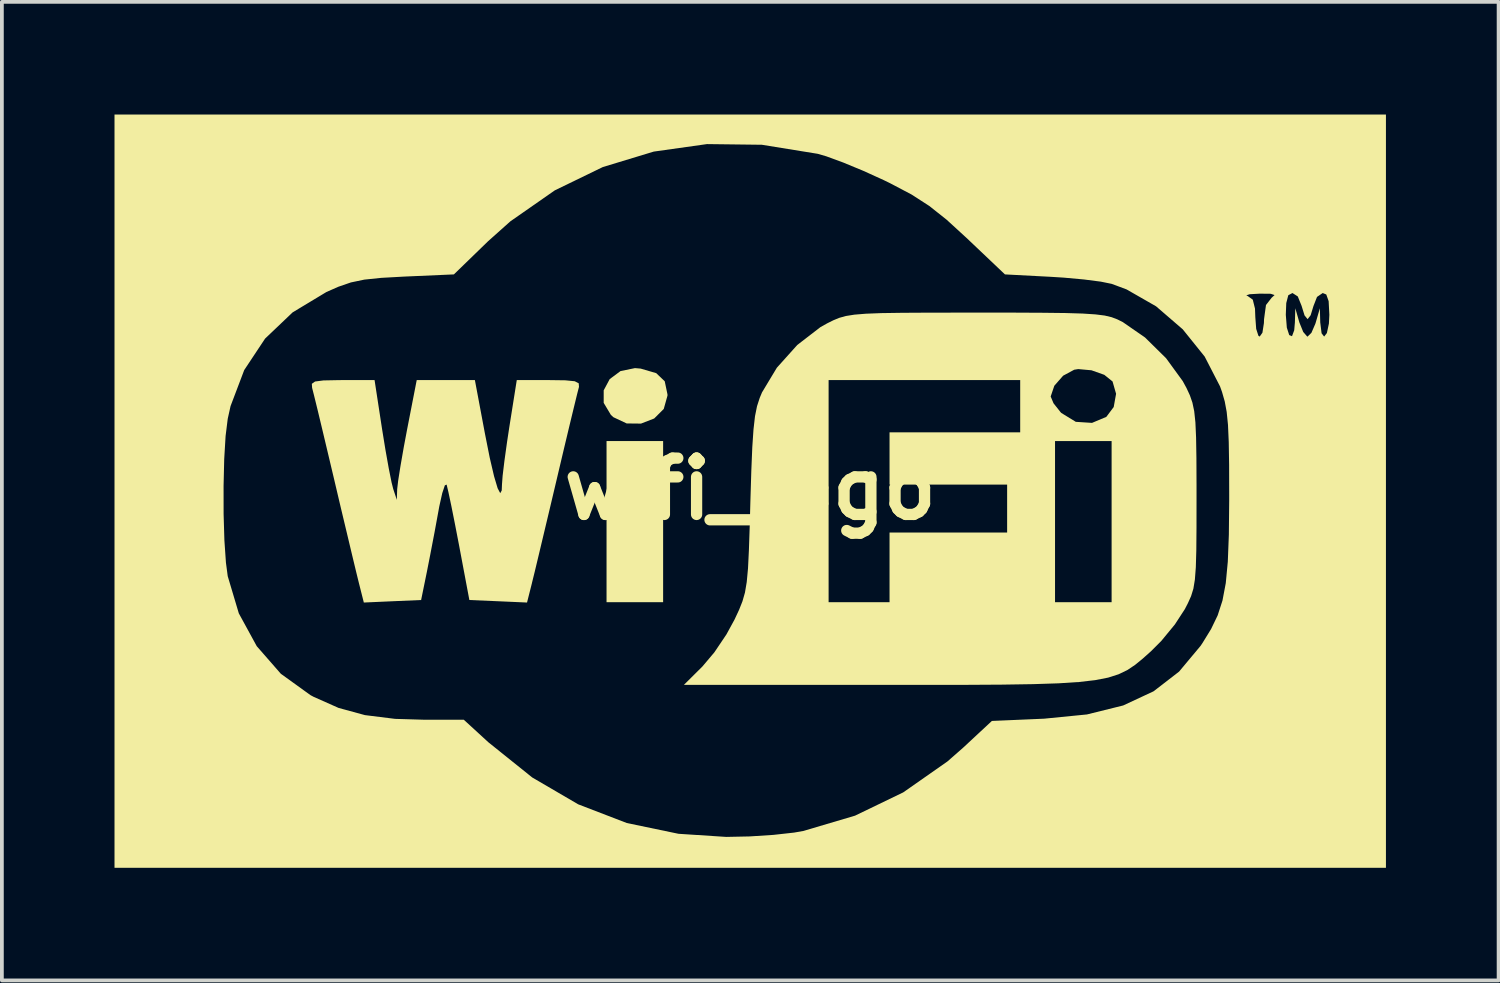
<source format=kicad_pcb>
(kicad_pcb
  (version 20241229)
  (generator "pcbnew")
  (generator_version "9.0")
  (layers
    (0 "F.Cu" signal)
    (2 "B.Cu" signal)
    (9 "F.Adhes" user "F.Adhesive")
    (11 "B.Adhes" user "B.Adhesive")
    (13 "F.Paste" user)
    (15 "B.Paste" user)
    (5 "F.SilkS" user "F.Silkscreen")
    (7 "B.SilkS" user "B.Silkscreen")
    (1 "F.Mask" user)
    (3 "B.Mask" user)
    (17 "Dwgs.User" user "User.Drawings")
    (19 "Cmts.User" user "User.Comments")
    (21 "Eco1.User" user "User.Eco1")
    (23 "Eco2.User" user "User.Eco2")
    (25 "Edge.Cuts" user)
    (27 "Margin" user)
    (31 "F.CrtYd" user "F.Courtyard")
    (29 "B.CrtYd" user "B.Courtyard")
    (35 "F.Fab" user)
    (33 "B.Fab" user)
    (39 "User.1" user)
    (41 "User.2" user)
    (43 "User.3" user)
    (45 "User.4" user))
  (footprint "wifi_logo"
    (layer "F.Cu")
    (at 16.933 9.974)
    (property "Reference" "wifi_logo" (at 0 0 0) (layer "F.SilkS") (effects (font (size 1.5 1.5) (thickness 0.3))))
    (attr board_only exclude_from_pos_files exclude_from_bom)
    (fp_poly (pts (xy -2.32 0.87) (xy -2.32 3.016) (xy -3.074 3.016) (xy -3.827 3.016) (xy -3.827 0.87) (xy -3.827 -1.276) (xy -3.074 -1.276) (xy -2.32 -1.276)) (stroke (width 0) (type solid)) (fill yes) (layer "F.SilkS"))
    (fp_poly (pts (xy -2.918 -3.206) (xy -2.504 -3.085) (xy -2.277 -2.868) (xy -2.204 -2.519) (xy -2.204 -2.486) (xy -2.303 -2.132) (xy -2.558 -1.877) (xy -2.909 -1.741) (xy -3.291 -1.745) (xy -3.644 -1.911) (xy -3.711 -1.972) (xy -3.903 -2.293) (xy -3.903 -2.627) (xy -3.743 -2.926) (xy -3.455 -3.14) (xy -3.07 -3.219)) (stroke (width 0) (type solid)) (fill yes) (layer "F.SilkS"))
    (fp_poly (pts (xy -9.806 -1.595) (xy -9.716 -1.041) (xy -9.628 -0.548) (xy -9.553 -0.174) (xy -9.509 0) (xy -9.413 0.29) (xy -9.404 0.008) (xy -9.378 -0.217) (xy -9.316 -0.61) (xy -9.228 -1.114) (xy -9.139 -1.587) (xy -8.883 -2.9) (xy -8.108 -2.9) (xy -7.334 -2.9) (xy -7.067 -1.479) (xy -6.938 -0.83) (xy -6.823 -0.338) (xy -6.728 -0.019) (xy -6.659 0.112) (xy -6.619 0.04) (xy -6.612 -0.122) (xy -6.595 -0.351) (xy -6.547 -0.748) (xy -6.477 -1.251) (xy -6.416 -1.653) (xy -6.218 -2.9) (xy -5.363 -2.9) (xy -4.924 -2.894) (xy -4.674 -2.869) (xy -4.568 -2.814) (xy -4.561 -2.718) (xy -4.567 -2.697) (xy -4.611 -2.525) (xy -4.699 -2.165) (xy -4.822 -1.656) (xy -4.97 -1.036) (xy -5.134 -0.342) (xy -5.154 -0.257) (xy -5.326 0.47) (xy -5.489 1.154) (xy -5.631 1.75) (xy -5.742 2.213) (xy -5.812 2.496) (xy -5.813 2.503) (xy -5.945 3.025) (xy -6.713 2.991) (xy -7.481 2.958) (xy -7.754 1.508) (xy -7.863 0.943) (xy -7.961 0.452) (xy -8.039 0.084) (xy -8.085 -0.109) (xy -8.088 -0.116) (xy -8.134 -0.096) (xy -8.203 0.111) (xy -8.282 0.464) (xy -8.303 0.58) (xy -8.407 1.146) (xy -8.523 1.751) (xy -8.612 2.204) (xy -8.766 2.958) (xy -9.529 2.991) (xy -10.292 3.025) (xy -10.424 2.503) (xy -10.492 2.226) (xy -10.602 1.769) (xy -10.743 1.177) (xy -10.906 0.495) (xy -11.077 -0.231) (xy -11.083 -0.257) (xy -11.249 -0.956) (xy -11.399 -1.587) (xy -11.525 -2.112) (xy -11.618 -2.491) (xy -11.668 -2.687) (xy -11.67 -2.697) (xy -11.677 -2.801) (xy -11.591 -2.862) (xy -11.368 -2.891) (xy -10.966 -2.899) (xy -10.868 -2.9) (xy -10.006 -2.9)) (stroke (width 0) (type solid)) (fill yes) (layer "F.SilkS"))
    (fp_poly (pts (xy 7.015 -4.697) (xy 7.795 -4.693) (xy 8.4 -4.686) (xy 8.857 -4.672) (xy 9.195 -4.65) (xy 9.442 -4.619) (xy 9.627 -4.575) (xy 9.777 -4.518) (xy 9.921 -4.446) (xy 9.922 -4.446) (xy 10.517 -4.034) (xy 11.077 -3.482) (xy 11.52 -2.874) (xy 11.62 -2.69) (xy 11.711 -2.494) (xy 11.778 -2.3) (xy 11.826 -2.073) (xy 11.858 -1.774) (xy 11.876 -1.368) (xy 11.885 -0.816) (xy 11.888 -0.083) (xy 11.888 0.232) (xy 11.887 1.033) (xy 11.882 1.639) (xy 11.869 2.086) (xy 11.844 2.414) (xy 11.804 2.657) (xy 11.743 2.854) (xy 11.659 3.041) (xy 11.576 3.202) (xy 11.311 3.609) (xy 10.953 4.044) (xy 10.676 4.322) (xy 10.454 4.52) (xy 10.25 4.687) (xy 10.043 4.825) (xy 9.812 4.936) (xy 9.534 5.025) (xy 9.19 5.092) (xy 8.756 5.142) (xy 8.211 5.177) (xy 7.535 5.199) (xy 6.705 5.212) (xy 5.699 5.218) (xy 4.497 5.219) (xy 3.619 5.219) (xy -1.767 5.219) (xy -1.271 4.726) (xy -0.954 4.35) (xy -0.633 3.873) (xy -0.418 3.479) (xy -0.297 3.22) (xy -0.207 2.993) (xy -0.14 2.759) (xy -0.093 2.48) (xy -0.059 2.116) (xy -0.035 1.628) (xy -0.013 0.976) (xy 0.004 0.348) (xy 0.029 -0.478) (xy 0.055 -1.109) (xy 0.087 -1.583) (xy 0.127 -1.935) (xy 0.181 -2.204) (xy 0.253 -2.426) (xy 0.314 -2.572) (xy 0.511 -2.9) (xy 2.088 -2.9) (xy 2.088 0.058) (xy 2.088 3.016) (xy 2.9 3.016) (xy 3.711 3.016) (xy 3.711 2.088) (xy 3.711 1.16) (xy 5.277 1.16) (xy 6.843 1.16) (xy 6.843 0.522) (xy 6.843 -0.116) (xy 5.277 -0.116) (xy 3.711 -0.116) (xy 3.711 -0.812) (xy 3.711 -1.276) (xy 8.119 -1.276) (xy 8.119 0.87) (xy 8.119 3.016) (xy 8.873 3.016) (xy 9.626 3.016) (xy 9.626 0.87) (xy 9.626 -1.276) (xy 8.873 -1.276) (xy 8.119 -1.276) (xy 3.711 -1.276) (xy 3.711 -1.508) (xy 5.451 -1.508) (xy 7.191 -1.508) (xy 7.191 -2.204) (xy 7.191 -2.463) (xy 8.003 -2.463) (xy 8.079 -2.282) (xy 8.265 -2.047) (xy 8.287 -2.024) (xy 8.672 -1.788) (xy 9.104 -1.76) (xy 9.485 -1.92) (xy 9.682 -2.183) (xy 9.745 -2.535) (xy 9.651 -2.863) (xy 9.431 -3.04) (xy 9.09 -3.161) (xy 8.737 -3.193) (xy 8.63 -3.176) (xy 8.335 -3.017) (xy 8.1 -2.749) (xy 8.003 -2.463) (xy 8.003 -2.463) (xy 7.191 -2.463) (xy 7.191 -2.9) (xy 4.639 -2.9) (xy 2.088 -2.9) (xy 0.511 -2.9) (xy 0.71 -3.23) (xy 1.253 -3.835) (xy 1.869 -4.31) (xy 2.051 -4.412) (xy 2.216 -4.494) (xy 2.372 -4.558) (xy 2.549 -4.607) (xy 2.775 -4.643) (xy 3.079 -4.668) (xy 3.49 -4.684) (xy 4.037 -4.692) (xy 4.747 -4.696) (xy 5.651 -4.697) (xy 6.031 -4.697)) (stroke (width 0) (type solid)) (fill yes) (layer "F.SilkS"))
    (fp_poly (pts (xy 16.933 0.058) (xy 16.933 10.09) (xy 0 10.09) (xy -16.933 10.09) (xy -16.933 0.058) (xy -16.933 -0.076) (xy -14.028 -0.076) (xy -14.027 0.666) (xy -14.006 1.368) (xy -13.965 1.962) (xy -13.917 2.324) (xy -13.622 3.313) (xy -13.144 4.188) (xy -12.502 4.923) (xy -11.713 5.492) (xy -11.627 5.538) (xy -10.963 5.833) (xy -10.262 6.024) (xy -9.458 6.124) (xy -8.68 6.147) (xy -7.629 6.147) (xy -6.975 6.747) (xy -5.806 7.685) (xy -4.582 8.4) (xy -3.288 8.898) (xy -1.91 9.185) (xy -0.638 9.268) (xy -0.015 9.255) (xy 0.618 9.214) (xy 1.168 9.153) (xy 1.413 9.11) (xy 2.792 8.702) (xy 4.074 8.083) (xy 5.252 7.259) (xy 5.675 6.888) (xy 6.437 6.179) (xy 7.829 6.119) (xy 8.97 6.006) (xy 9.934 5.767) (xy 10.743 5.39) (xy 11.423 4.865) (xy 11.996 4.179) (xy 12.045 4.106) (xy 12.275 3.732) (xy 12.451 3.367) (xy 12.579 2.972) (xy 12.667 2.508) (xy 12.721 1.936) (xy 12.749 1.216) (xy 12.758 0.309) (xy 12.758 0.157) (xy 12.756 -0.641) (xy 12.746 -1.249) (xy 12.726 -1.706) (xy 12.691 -2.054) (xy 12.639 -2.333) (xy 12.567 -2.584) (xy 12.514 -2.732) (xy 12.105 -3.526) (xy 11.521 -4.252) (xy 10.81 -4.865) (xy 10.299 -5.158) (xy 13.213 -5.158) (xy 13.251 -5.139) (xy 13.386 -5.042) (xy 13.445 -4.805) (xy 13.454 -4.573) (xy 13.477 -4.264) (xy 13.536 -4.081) (xy 13.57 -4.059) (xy 13.643 -4.162) (xy 13.683 -4.419) (xy 13.686 -4.518) (xy 13.702 -4.639) (xy 14.266 -4.639) (xy 14.293 -4.297) (xy 14.357 -4.099) (xy 14.431 -4.069) (xy 14.49 -4.227) (xy 14.508 -4.436) (xy 14.519 -4.813) (xy 14.627 -4.436) (xy 14.73 -4.182) (xy 14.835 -4.061) (xy 14.846 -4.059) (xy 14.948 -4.159) (xy 15.053 -4.401) (xy 15.064 -4.436) (xy 15.173 -4.813) (xy 15.183 -4.436) (xy 15.219 -4.146) (xy 15.287 -4.059) (xy 15.36 -4.153) (xy 15.414 -4.405) (xy 15.426 -4.639) (xy 15.407 -5.002) (xy 15.344 -5.18) (xy 15.249 -5.219) (xy 15.097 -5.115) (xy 15.002 -4.871) (xy 14.928 -4.628) (xy 14.847 -4.523) (xy 14.846 -4.523) (xy 14.765 -4.623) (xy 14.69 -4.865) (xy 14.689 -4.871) (xy 14.585 -5.128) (xy 14.443 -5.219) (xy 14.332 -5.16) (xy 14.278 -4.952) (xy 14.266 -4.639) (xy 13.702 -4.639) (xy 13.738 -4.9) (xy 13.889 -5.094) (xy 13.967 -5.165) (xy 13.863 -5.199) (xy 13.57 -5.202) (xy 13.306 -5.187) (xy 13.213 -5.158) (xy 10.299 -5.158) (xy 10.023 -5.316) (xy 9.628 -5.463) (xy 9.339 -5.522) (xy 8.889 -5.58) (xy 8.351 -5.629) (xy 8.003 -5.651) (xy 6.785 -5.715) (xy 5.762 -6.686) (xy 5.23 -7.173) (xy 4.768 -7.539) (xy 4.295 -7.844) (xy 3.729 -8.142) (xy 3.559 -8.225) (xy 3.014 -8.473) (xy 2.48 -8.694) (xy 2.028 -8.86) (xy 1.798 -8.927) (xy 0.31 -9.168) (xy -1.152 -9.186) (xy -2.57 -8.986) (xy -3.927 -8.574) (xy -5.206 -7.953) (xy -6.388 -7.129) (xy -6.983 -6.598) (xy -7.893 -5.715) (xy -9.214 -5.657) (xy -9.827 -5.623) (xy -10.279 -5.576) (xy -10.637 -5.501) (xy -10.973 -5.385) (xy -11.29 -5.245) (xy -12.188 -4.704) (xy -12.922 -4.005) (xy -13.478 -3.167) (xy -13.842 -2.207) (xy -13.917 -1.869) (xy -13.974 -1.411) (xy -14.011 -0.791) (xy -14.028 -0.076) (xy -16.933 -0.076) (xy -16.933 -9.974) (xy 0 -9.974) (xy 16.933 -9.974)) (stroke (width 0) (type solid)) (fill yes) (layer "F.SilkS")))
  (gr_rect
    (start -3 -3)
    (end 36.867 23.065)
    (stroke (width 0.1) (type default))
    (fill no)
    (layer "Edge.Cuts")))
</source>
